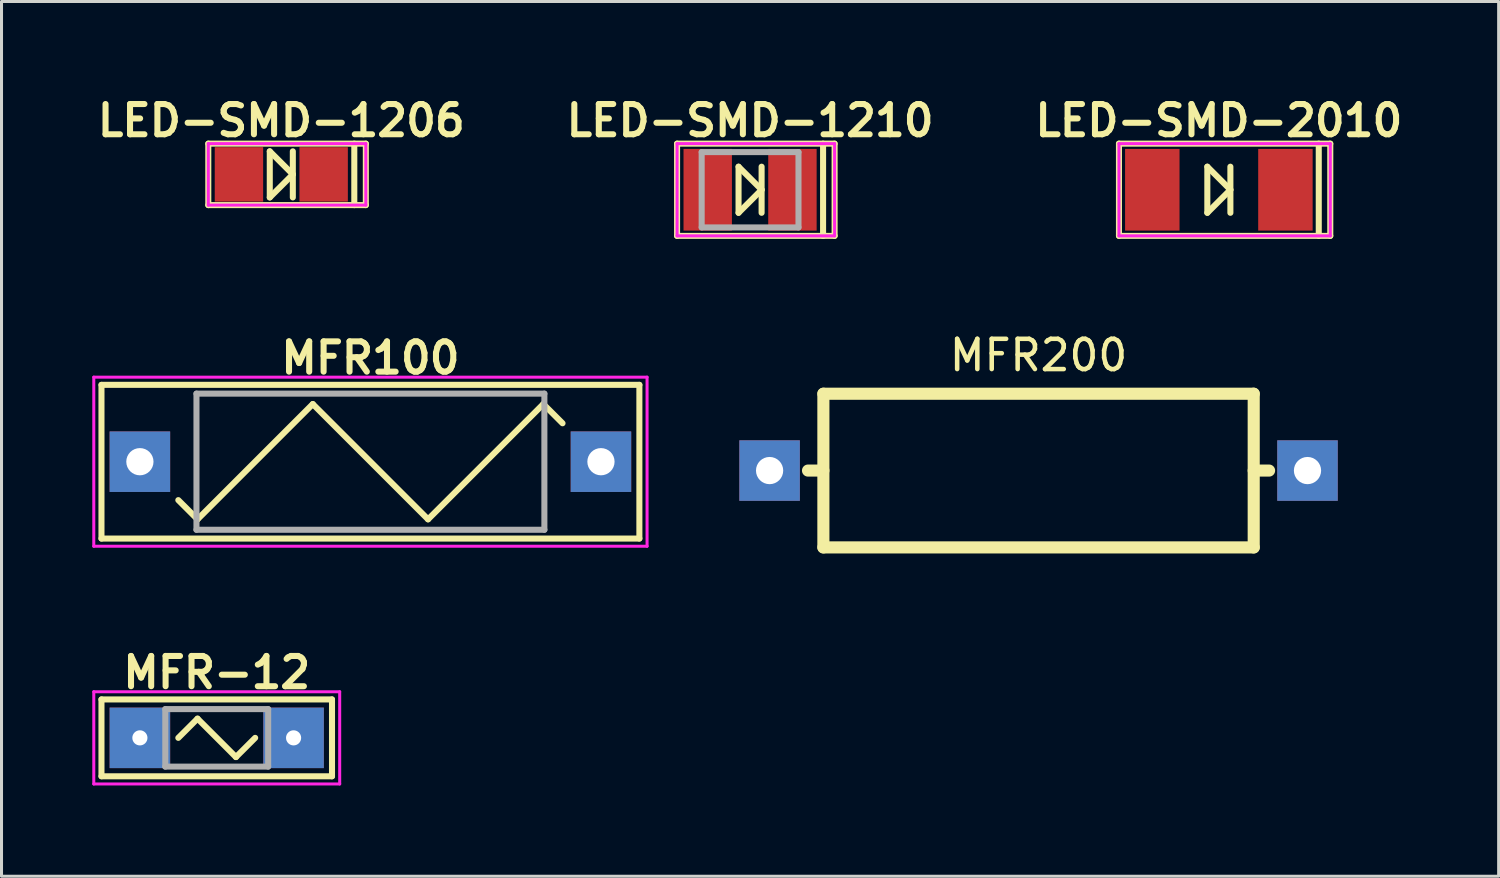
<source format=kicad_pcb>
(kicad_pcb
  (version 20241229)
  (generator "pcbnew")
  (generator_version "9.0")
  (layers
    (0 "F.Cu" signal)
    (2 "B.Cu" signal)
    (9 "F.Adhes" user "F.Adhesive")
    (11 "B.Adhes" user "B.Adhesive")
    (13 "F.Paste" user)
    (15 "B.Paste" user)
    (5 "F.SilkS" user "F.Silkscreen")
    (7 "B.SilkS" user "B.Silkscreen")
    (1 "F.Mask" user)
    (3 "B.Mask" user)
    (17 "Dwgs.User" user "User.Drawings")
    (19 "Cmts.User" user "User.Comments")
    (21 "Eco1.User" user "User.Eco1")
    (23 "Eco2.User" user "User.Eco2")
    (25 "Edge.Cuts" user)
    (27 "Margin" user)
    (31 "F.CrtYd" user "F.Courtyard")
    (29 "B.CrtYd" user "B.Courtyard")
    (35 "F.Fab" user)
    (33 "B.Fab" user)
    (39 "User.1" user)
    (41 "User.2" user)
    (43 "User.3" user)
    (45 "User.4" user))
  (footprint "LED-SMD-1210"
    (layer "F.Cu")
    (at 21.743 3.222)
    (property "Reference" "LED-SMD-1210" (at 0 -2.286 0) (layer "F.SilkS") (effects (font (size 1 1) (thickness 0.2))))
    (attr through_hole)
    (fp_line (start -2.413 -1.524) (end -2.413 1.524) (stroke (width 0.2) (type solid)) (layer "F.SilkS"))
    (fp_line (start -2.413 -1.524) (end 2.794 -1.524) (stroke (width 0.2) (type solid)) (layer "F.SilkS"))
    (fp_line (start -2.413 1.524) (end 2.794 1.524) (stroke (width 0.2) (type solid)) (layer "F.SilkS"))
    (fp_line (start -0.381 -0.762) (end -0.381 0.762) (stroke (width 0.2) (type solid)) (layer "F.SilkS"))
    (fp_line (start -0.381 0.762) (end 0.381 0) (stroke (width 0.2) (type solid)) (layer "F.SilkS"))
    (fp_line (start 0.381 -0.762) (end 0.381 0.762) (stroke (width 0.2) (type solid)) (layer "F.SilkS"))
    (fp_line (start 0.381 0) (end -0.381 -0.762) (stroke (width 0.2) (type solid)) (layer "F.SilkS"))
    (fp_line (start 2.413 -1.524) (end 2.413 1.524) (stroke (width 0.2) (type solid)) (layer "F.SilkS"))
    (fp_line (start 2.794 -1.524) (end 2.794 1.524) (stroke (width 0.2) (type solid)) (layer "F.SilkS"))
    (fp_line (start -2.413 -1.524) (end -2.413 1.524) (stroke (width 0.1) (type solid)) (layer "F.CrtYd"))
    (fp_line (start -2.413 -1.524) (end 2.794 -1.524) (stroke (width 0.1) (type solid)) (layer "F.CrtYd"))
    (fp_line (start -2.413 1.524) (end 2.794 1.524) (stroke (width 0.1) (type solid)) (layer "F.CrtYd"))
    (fp_line (start 2.794 -1.524) (end 2.794 1.524) (stroke (width 0.1) (type solid)) (layer "F.CrtYd"))
    (fp_line (start -1.6 -1.245) (end -1.6 1.245) (stroke (width 0.2) (type solid)) (layer "F.Fab"))
    (fp_line (start -1.6 -1.245) (end 1.6 -1.245) (stroke (width 0.2) (type solid)) (layer "F.Fab"))
    (fp_line (start -1.6 1.245) (end 1.6 1.245) (stroke (width 0.2) (type solid)) (layer "F.Fab"))
    (fp_line (start 1.6 -1.245) (end 1.6 1.245) (stroke (width 0.2) (type solid)) (layer "F.Fab"))
    (pad "A" smd rect (at -1.4 0) (size 1.6 2.7) (layers "F.Cu" "F.Mask"))
    (pad "C" smd rect (at 1.4 0) (size 1.6 2.7) (layers "F.Cu" "F.Mask")))
  (footprint "LED-SMD-1206"
    (layer "F.Cu")
    (at 6.248 2.714)
    (property "Reference" "LED-SMD-1206" (at 0 -1.778 0) (layer "F.SilkS") (effects (font (size 1 1) (thickness 0.2))))
    (attr through_hole)
    (fp_line (start -2.413 -1.016) (end -2.413 1.016) (stroke (width 0.2) (type solid)) (layer "F.SilkS"))
    (fp_line (start -2.413 -1.016) (end 2.794 -1.016) (stroke (width 0.2) (type solid)) (layer "F.SilkS"))
    (fp_line (start -2.413 1.016) (end 2.794 1.016) (stroke (width 0.2) (type solid)) (layer "F.SilkS"))
    (fp_line (start -0.381 -0.762) (end -0.381 0.762) (stroke (width 0.2) (type solid)) (layer "F.SilkS"))
    (fp_line (start -0.381 -0.762) (end 0.381 0) (stroke (width 0.2) (type solid)) (layer "F.SilkS"))
    (fp_line (start -0.381 0.762) (end 0.381 0) (stroke (width 0.2) (type solid)) (layer "F.SilkS"))
    (fp_line (start 0.381 -0.762) (end 0.381 0.762) (stroke (width 0.2) (type solid)) (layer "F.SilkS"))
    (fp_line (start 2.413 -1.016) (end 2.413 1.016) (stroke (width 0.2) (type solid)) (layer "F.SilkS"))
    (fp_line (start 2.794 -1.016) (end 2.794 1.016) (stroke (width 0.2) (type solid)) (layer "F.SilkS"))
    (fp_line (start -2.413 -1.016) (end -2.413 1.016) (stroke (width 0.1) (type solid)) (layer "F.CrtYd"))
    (fp_line (start -2.413 -1.016) (end 2.794 -1.016) (stroke (width 0.1) (type solid)) (layer "F.CrtYd"))
    (fp_line (start -2.413 1.016) (end 2.794 1.016) (stroke (width 0.1) (type solid)) (layer "F.CrtYd"))
    (fp_line (start 2.794 -1.016) (end 2.794 1.016) (stroke (width 0.1) (type solid)) (layer "F.CrtYd"))
    (pad "A" smd rect (at -1.4 0) (size 1.6 1.8) (layers "F.Cu" "F.Mask" "F.Paste"))
    (pad "C" smd rect (at 1.4 0) (size 1.6 1.8) (layers "F.Cu" "F.Mask" "F.Paste")))
  (footprint "LED-SMD-2010"
    (layer "F.Cu")
    (at 37.238 3.222)
    (property "Reference" "LED-SMD-2010" (at 0 -2.286 0) (layer "F.SilkS") (effects (font (size 1 1) (thickness 0.2))))
    (attr through_hole)
    (fp_line (start -3.302 -1.524) (end -3.302 1.524) (stroke (width 0.2) (type solid)) (layer "F.SilkS"))
    (fp_line (start -3.302 -1.524) (end 3.683 -1.524) (stroke (width 0.2) (type solid)) (layer "F.SilkS"))
    (fp_line (start -3.302 1.524) (end 3.683 1.524) (stroke (width 0.2) (type solid)) (layer "F.SilkS"))
    (fp_line (start -0.381 -0.762) (end -0.381 0.762) (stroke (width 0.2) (type solid)) (layer "F.SilkS"))
    (fp_line (start -0.381 -0.762) (end 0.381 0) (stroke (width 0.2) (type solid)) (layer "F.SilkS"))
    (fp_line (start 0.381 -0.762) (end 0.381 0.762) (stroke (width 0.2) (type solid)) (layer "F.SilkS"))
    (fp_line (start 0.381 0) (end -0.381 0.762) (stroke (width 0.2) (type solid)) (layer "F.SilkS"))
    (fp_line (start 3.302 -1.524) (end 3.302 1.524) (stroke (width 0.2) (type solid)) (layer "F.SilkS"))
    (fp_line (start 3.683 -1.524) (end 3.683 1.524) (stroke (width 0.2) (type solid)) (layer "F.SilkS"))
    (fp_line (start -3.302 -1.524) (end -3.302 1.524) (stroke (width 0.1) (type solid)) (layer "F.CrtYd"))
    (fp_line (start -3.302 -1.524) (end 3.683 -1.524) (stroke (width 0.1) (type solid)) (layer "F.CrtYd"))
    (fp_line (start -3.302 1.524) (end 3.683 1.524) (stroke (width 0.1) (type solid)) (layer "F.CrtYd"))
    (fp_line (start 3.683 -1.524) (end 3.683 1.524) (stroke (width 0.1) (type solid)) (layer "F.CrtYd"))
    (pad "A" smd rect (at -2.2 0) (size 1.8 2.7) (layers "F.Cu" "F.Mask" "F.Paste"))
    (pad "C" smd rect (at 2.2 0) (size 1.8 2.7) (layers "F.Cu" "F.Mask" "F.Paste")))
  (footprint "MFR-12"
    (layer "F.Cu")
    (at 4.114 21.339)
    (property "Reference" "MFR-12" (at 0 -2.159 0) (layer "F.SilkS") (effects (font (size 1 1) (thickness 0.2))))
    (attr through_hole)
    (fp_line (start -3.81 -1.27) (end -3.81 1.27) (stroke (width 0.2) (type solid)) (layer "F.SilkS"))
    (fp_line (start -3.81 -1.27) (end 3.81 -1.27) (stroke (width 0.2) (type solid)) (layer "F.SilkS"))
    (fp_line (start -3.81 1.27) (end 3.81 1.27) (stroke (width 0.2) (type solid)) (layer "F.SilkS"))
    (fp_line (start -1.27 0) (end -0.635 -0.635) (stroke (width 0.2) (type solid)) (layer "F.SilkS"))
    (fp_line (start -0.635 -0.635) (end 0.635 0.635) (stroke (width 0.2) (type solid)) (layer "F.SilkS"))
    (fp_line (start 0.635 0.635) (end 1.27 0) (stroke (width 0.2) (type solid)) (layer "F.SilkS"))
    (fp_line (start 3.81 -1.27) (end 3.81 1.27) (stroke (width 0.2) (type solid)) (layer "F.SilkS"))
    (fp_line (start -4.064 -1.524) (end 4.064 -1.524) (stroke (width 0.1) (type solid)) (layer "F.CrtYd"))
    (fp_line (start -4.064 1.524) (end -4.064 -1.524) (stroke (width 0.1) (type solid)) (layer "F.CrtYd"))
    (fp_line (start 4.064 -1.524) (end 4.064 1.524) (stroke (width 0.1) (type solid)) (layer "F.CrtYd"))
    (fp_line (start 4.064 1.524) (end -4.064 1.524) (stroke (width 0.1) (type solid)) (layer "F.CrtYd"))
    (fp_line (start -1.7 -0.95) (end -1.7 0.95) (stroke (width 0.2) (type solid)) (layer "F.Fab"))
    (fp_line (start -1.7 -0.95) (end 1.7 -0.95) (stroke (width 0.2) (type solid)) (layer "F.Fab"))
    (fp_line (start -1.7 0.95) (end 1.7 0.95) (stroke (width 0.2) (type solid)) (layer "F.Fab"))
    (fp_line (start 1.7 -0.95) (end 1.7 0.95) (stroke (width 0.2) (type solid)) (layer "F.Fab"))
    (pad "1" thru_hole rect (at -2.54 0) (size 2 2) (drill 0.5) (layers "*.Cu" "*.Mask"))
    (pad "2" thru_hole rect (at 2.54 0) (size 2 2) (drill 0.5) (layers "*.Cu" "*.Mask")))
  (footprint "MFR200"
    (layer "F.Cu")
    (at 31.278 12.504)
    (property "Reference" "MFR200" (at 0 -3.81 0) (layer "F.SilkS") (effects (font (size 1 1) (thickness 0.15))))
    (attr through_hole)
    (fp_line (start -7.62 0) (end -7.112 0) (stroke (width 0.4) (type solid)) (layer "F.SilkS"))
    (fp_line (start -7.112 -2.54) (end -7.112 2.54) (stroke (width 0.4) (type solid)) (layer "F.SilkS"))
    (fp_line (start -7.112 -2.54) (end 7.112 -2.54) (stroke (width 0.4) (type solid)) (layer "F.SilkS"))
    (fp_line (start -7.112 2.54) (end 7.112 2.54) (stroke (width 0.4) (type solid)) (layer "F.SilkS"))
    (fp_line (start 7.112 -2.54) (end 7.112 2.54) (stroke (width 0.4) (type solid)) (layer "F.SilkS"))
    (fp_line (start 7.112 0) (end 7.62 0) (stroke (width 0.4) (type solid)) (layer "F.SilkS"))
    (pad "1" thru_hole rect (at -8.89 0) (size 2 2) (drill 0.9) (layers "*.Cu" "*.Mask"))
    (pad "2" thru_hole rect (at 8.89 0) (size 2 2) (drill 0.9) (layers "*.Cu" "*.Mask")))
  (footprint "MFR100"
    (layer "F.Cu")
    (at 9.194 12.211)
    (property "Reference" "MFR100" (at 0 -3.429 0) (layer "F.SilkS") (effects (font (size 1 1) (thickness 0.2))))
    (attr through_hole)
    (fp_line (start -8.89 -2.54) (end -8.89 2.54) (stroke (width 0.2) (type solid)) (layer "F.SilkS"))
    (fp_line (start -8.89 -2.54) (end 8.89 -2.54) (stroke (width 0.2) (type solid)) (layer "F.SilkS"))
    (fp_line (start -8.89 2.54) (end 8.89 2.54) (stroke (width 0.2) (type solid)) (layer "F.SilkS"))
    (fp_line (start -6.35 1.27) (end -5.715 1.905) (stroke (width 0.2) (type solid)) (layer "F.SilkS"))
    (fp_line (start -5.715 1.905) (end -1.905 -1.905) (stroke (width 0.2) (type solid)) (layer "F.SilkS"))
    (fp_line (start -1.905 -1.905) (end 1.905 1.905) (stroke (width 0.2) (type solid)) (layer "F.SilkS"))
    (fp_line (start 1.905 1.905) (end 5.715 -1.905) (stroke (width 0.2) (type solid)) (layer "F.SilkS"))
    (fp_line (start 5.715 -1.905) (end 6.35 -1.27) (stroke (width 0.2) (type solid)) (layer "F.SilkS"))
    (fp_line (start 8.89 -2.54) (end 8.89 2.54) (stroke (width 0.2) (type solid)) (layer "F.SilkS"))
    (fp_line (start -9.144 -2.794) (end 9.144 -2.794) (stroke (width 0.1) (type solid)) (layer "F.CrtYd"))
    (fp_line (start -9.144 2.794) (end -9.144 -2.794) (stroke (width 0.1) (type solid)) (layer "F.CrtYd"))
    (fp_line (start 9.144 -2.794) (end 9.144 2.794) (stroke (width 0.1) (type solid)) (layer "F.CrtYd"))
    (fp_line (start 9.144 2.794) (end -9.144 2.794) (stroke (width 0.1) (type solid)) (layer "F.CrtYd"))
    (fp_line (start -5.75 -2.25) (end -5.75 2.25) (stroke (width 0.2) (type solid)) (layer "F.Fab"))
    (fp_line (start -5.75 -2.25) (end 5.75 -2.25) (stroke (width 0.2) (type solid)) (layer "F.Fab"))
    (fp_line (start -5.75 2.25) (end 5.75 2.25) (stroke (width 0.2) (type solid)) (layer "F.Fab"))
    (fp_line (start 5.75 -2.25) (end 5.75 2.25) (stroke (width 0.2) (type solid)) (layer "F.Fab"))
    (pad "1" thru_hole rect (at -7.62 0) (size 2 2) (drill 0.9) (layers "*.Cu" "*.Mask"))
    (pad "2" thru_hole rect (at 7.62 0) (size 2 2) (drill 0.9) (layers "*.Cu" "*.Mask")))
  (gr_rect
    (start -3 -3)
    (end 46.486 25.913)
    (stroke (width 0.1) (type default))
    (fill no)
    (layer "Edge.Cuts")))
</source>
